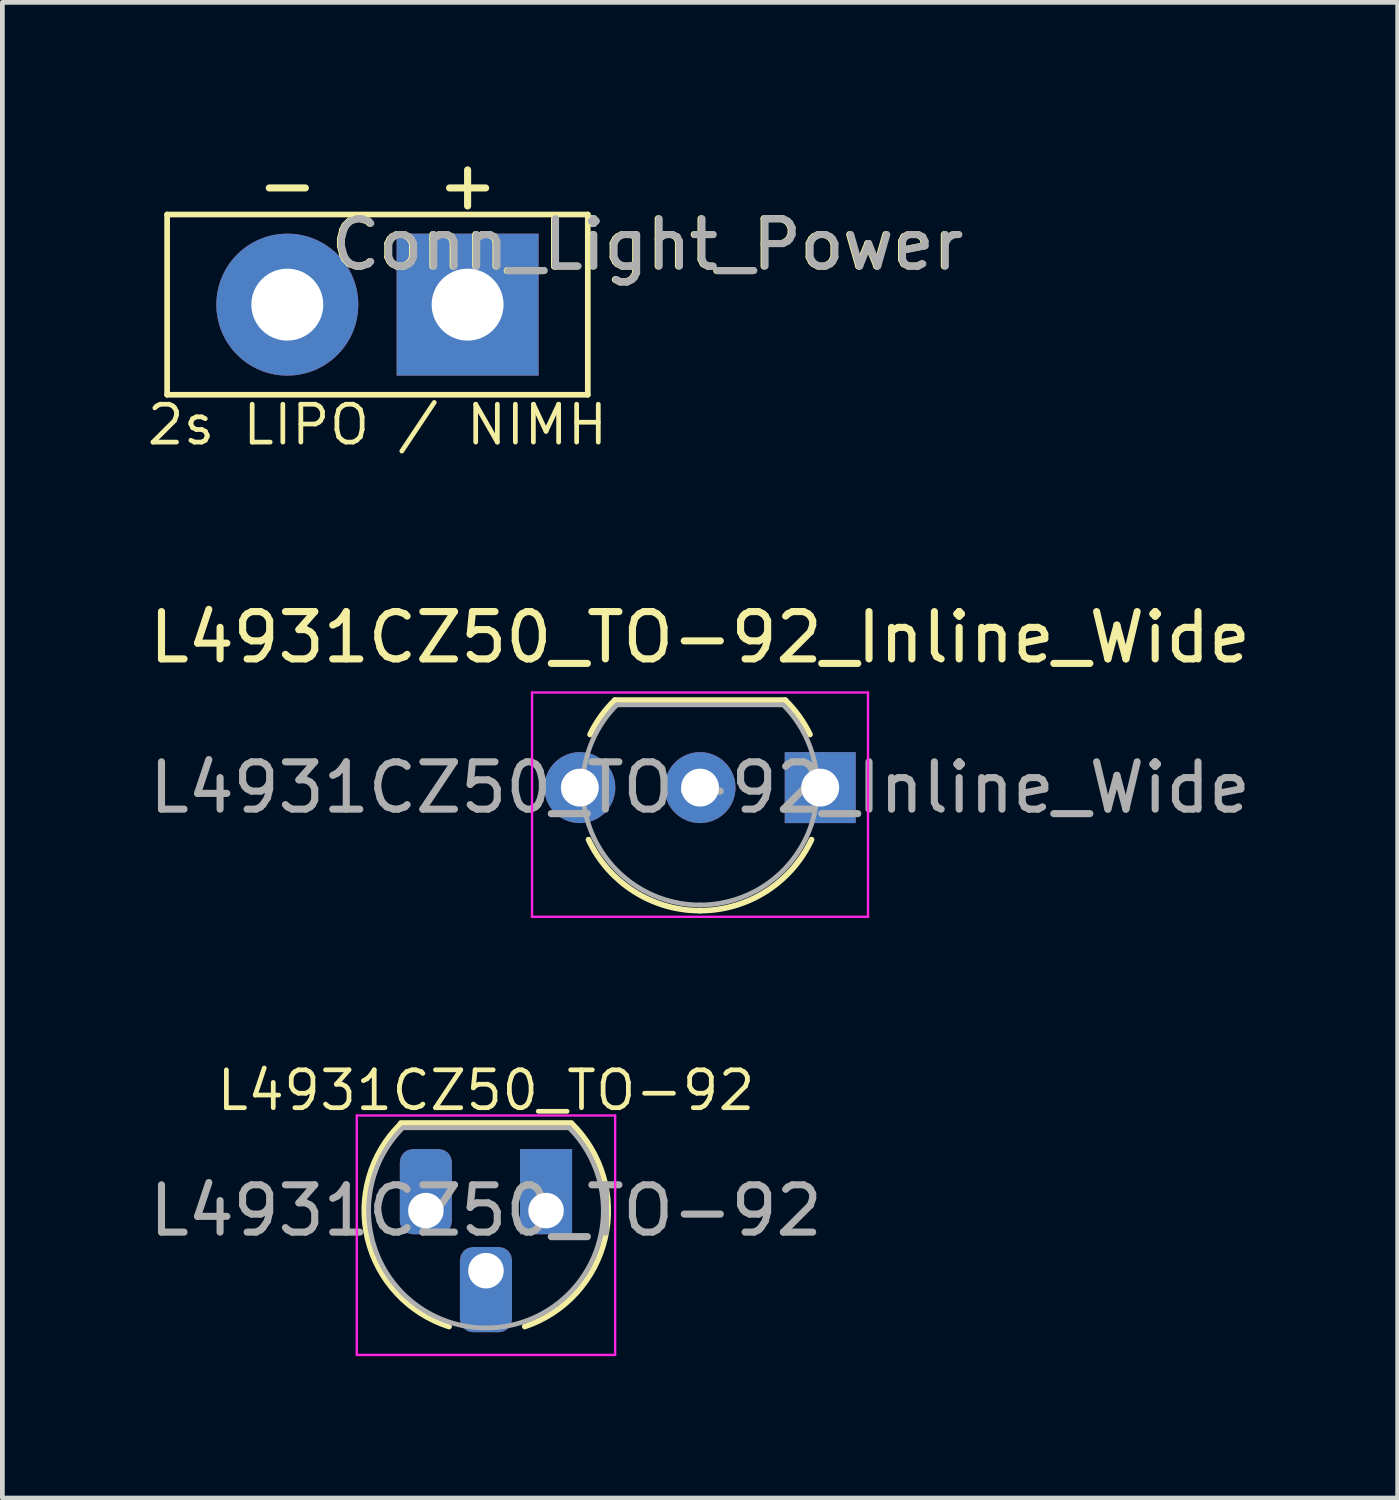
<source format=kicad_pcb>
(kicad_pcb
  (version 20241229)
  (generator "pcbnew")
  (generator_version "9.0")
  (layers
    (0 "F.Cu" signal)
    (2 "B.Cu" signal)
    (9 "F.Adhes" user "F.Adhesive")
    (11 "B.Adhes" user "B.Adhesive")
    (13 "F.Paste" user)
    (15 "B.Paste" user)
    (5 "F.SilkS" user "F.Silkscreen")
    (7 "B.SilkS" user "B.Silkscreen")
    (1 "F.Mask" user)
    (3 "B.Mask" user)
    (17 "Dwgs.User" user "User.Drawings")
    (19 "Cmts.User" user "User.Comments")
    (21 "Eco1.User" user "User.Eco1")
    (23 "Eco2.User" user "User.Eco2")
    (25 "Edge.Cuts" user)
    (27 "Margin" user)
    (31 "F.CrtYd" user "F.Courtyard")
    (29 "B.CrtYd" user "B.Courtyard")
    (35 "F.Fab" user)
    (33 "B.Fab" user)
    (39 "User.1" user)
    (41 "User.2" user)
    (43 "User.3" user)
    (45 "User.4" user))
  (footprint "L4931CZ50_TO-92"
    (layer "F.Cu")
    (at 5.95 22.534)
    (property "Reference" "L4931CZ50_TO-92" (at 1.27 -2.54 0) (layer "F.SilkS") (effects (font (size 0.8 0.8) (thickness 0.1))))
    (attr through_hole)
    (fp_line (start 3.07 -1.85) (end -0.53 -1.85) (stroke (width 0.12) (type solid)) (layer "F.SilkS"))
    (fp_arc (start 0.49 2.45) (mid -1.229931 0.601036) (end -0.538445 -1.827684) (stroke (width 0.12) (type solid)) (layer "F.SilkS"))
    (fp_arc (start 3.081875 -1.841741) (mid 3.787231 0.581764) (end 2.09 2.45) (stroke (width 0.12) (type solid)) (layer "F.SilkS"))
    (fp_line (start -1.46 -2.01) (end -1.46 3.05) (stroke (width 0.05) (type solid)) (layer "F.CrtYd"))
    (fp_line (start -1.46 -2.01) (end 4 -2.01) (stroke (width 0.05) (type solid)) (layer "F.CrtYd"))
    (fp_line (start 4 3.05) (end -1.46 3.05) (stroke (width 0.05) (type solid)) (layer "F.CrtYd"))
    (fp_line (start 4 3.05) (end 4 -2.01) (stroke (width 0.05) (type solid)) (layer "F.CrtYd"))
    (fp_line (start 3.04 -1.75) (end -0.46 -1.75) (stroke (width 0.1) (type solid)) (layer "F.Fab"))
    (fp_arc (start 1.27 2.48) (mid -1.021221 0.949055) (end -0.483625 -1.753625) (stroke (width 0.1) (type solid)) (layer "F.Fab"))
    (fp_arc (start 3.023625 -1.753625) (mid 3.561221 0.949055) (end 1.27 2.48) (stroke (width 0.1) (type solid)) (layer "F.Fab"))
    (fp_text user "${REFERENCE}" (at 1.27 0 0) (layer "F.Fab") (effects (font (size 1 1) (thickness 0.15))))
    (pad "1" thru_hole roundrect (at 0 0 180) (size 1.1 1.8) (drill 0.75 (offset 0 0.4)) (layers "*.Cu" "*.Mask") (roundrect_rratio 0.25))
    (pad "2" thru_hole roundrect (at 1.27 1.27 180) (size 1.1 1.8) (drill 0.75 (offset 0 -0.4)) (layers "*.Cu" "*.Mask") (roundrect_rratio 0.25))
    (pad "3" thru_hole rect (at 2.54 0 180) (size 1.1 1.8) (drill 0.75 (offset 0 0.4)) (layers "*.Cu" "*.Mask")))
  (footprint "L4931CZ50_TO-92_Inline_Wide"
    (layer "F.Cu")
    (at 9.204 13.595)
    (property "Reference" "L4931CZ50_TO-92_Inline_Wide" (at 2.54 -3.175 0) (layer "F.SilkS") (effects (font (size 1 1) (thickness 0.15))))
    (attr through_hole)
    (fp_line (start 4.34 -1.85) (end 0.74 -1.85) (stroke (width 0.12) (type solid)) (layer "F.SilkS"))
    (fp_arc (start 0.215816 -1.122795) (mid 0.446097 -1.509328) (end 0.74 -1.85) (stroke (width 0.12) (type solid)) (layer "F.SilkS"))
    (fp_arc (start 2.54 2.6) (mid 1.143021 2.192818) (end 0.1836 1.098807) (stroke (width 0.12) (type solid)) (layer "F.SilkS"))
    (fp_arc (start 4.34 -1.85) (mid 4.633903 -1.509328) (end 4.864184 -1.122795) (stroke (width 0.12) (type solid)) (layer "F.SilkS"))
    (fp_arc (start 4.8964 1.098807) (mid 3.936979 2.192817) (end 2.54 2.6) (stroke (width 0.12) (type solid)) (layer "F.SilkS"))
    (fp_line (start -1.01 -2.01) (end -1.01 2.73) (stroke (width 0.05) (type solid)) (layer "F.CrtYd"))
    (fp_line (start -1.01 -2.01) (end 6.09 -2.01) (stroke (width 0.05) (type solid)) (layer "F.CrtYd"))
    (fp_line (start 6.09 2.73) (end -1.01 2.73) (stroke (width 0.05) (type solid)) (layer "F.CrtYd"))
    (fp_line (start 6.09 2.73) (end 6.09 -2.01) (stroke (width 0.05) (type solid)) (layer "F.CrtYd"))
    (fp_line (start 4.28 -1.75) (end 0.78 -1.75) (stroke (width 0.1) (type solid)) (layer "F.Fab"))
    (fp_arc (start 2.54 2.48) (mid 0.248779 0.949055) (end 0.786375 -1.753625) (stroke (width 0.1) (type solid)) (layer "F.Fab"))
    (fp_arc (start 4.293625 -1.753625) (mid 4.831221 0.949055) (end 2.54 2.48) (stroke (width 0.1) (type solid)) (layer "F.Fab"))
    (fp_text user "${REFERENCE}" (at 2.54 0 180) (layer "F.Fab") (effects (font (size 1 1) (thickness 0.15))))
    (pad "1" thru_hole circle (at 0 0 180) (size 1.5 1.5) (drill 0.8) (layers "*.Cu" "*.Mask"))
    (pad "2" thru_hole circle (at 2.54 0 180) (size 1.5 1.5) (drill 0.8) (layers "*.Cu" "*.Mask"))
    (pad "3" thru_hole rect (at 5.08 0 180) (size 1.5 1.5) (drill 0.8) (layers "*.Cu" "*.Mask")))
  (footprint "Conn_Light_Power"
    (layer "F.Cu")
    (at 6.832 3.388)
    (property "Reference" "Conn_Light_Power" (at 3.79 -1.27 0) (layer "F.SilkS") (effects (font (size 1 1) (thickness 0.15))))
    (attr through_hole)
    (fp_line (start -6.35 -1.905) (end -6.35 1.905) (stroke (width 0.12) (type solid)) (layer "F.SilkS"))
    (fp_line (start -6.35 -1.905) (end 2.54 -1.905) (stroke (width 0.12) (type solid)) (layer "F.SilkS"))
    (fp_line (start -6.35 1.905) (end 2.54 1.905) (stroke (width 0.12) (type solid)) (layer "F.SilkS"))
    (fp_line (start 2.54 1.905) (end 2.54 -1.905) (stroke (width 0.12) (type solid)) (layer "F.SilkS"))
    (fp_text user "+" (at 0 -2.54 0) (layer "F.SilkS") (effects (font (size 1 1) (thickness 0.15))))
    (fp_text user "-" (at -3.81 -2.54 0) (layer "F.SilkS") (effects (font (size 1 1) (thickness 0.15))))
    (fp_text user "2s LIPO / NIMH" (at -1.905 2.54 0) (layer "F.SilkS") (effects (font (size 0.8 0.8) (thickness 0.1))))
    (fp_text user "${REFERENCE}" (at 3.81 -1.27 0) (layer "F.Fab") (effects (font (size 1 1) (thickness 0.15))))
    (pad "1" thru_hole rect (at 0 0) (size 3 3) (drill 1.52) (layers "*.Cu" "*.Mask"))
    (pad "2" thru_hole circle (at -3.81 0) (size 3 3) (drill 1.52) (layers "*.Cu" "*.Mask")))
  (gr_rect
    (start -3 -3)
    (end 26.488 28.608)
    (stroke (width 0.1) (type default))
    (fill no)
    (layer "Edge.Cuts")))
</source>
